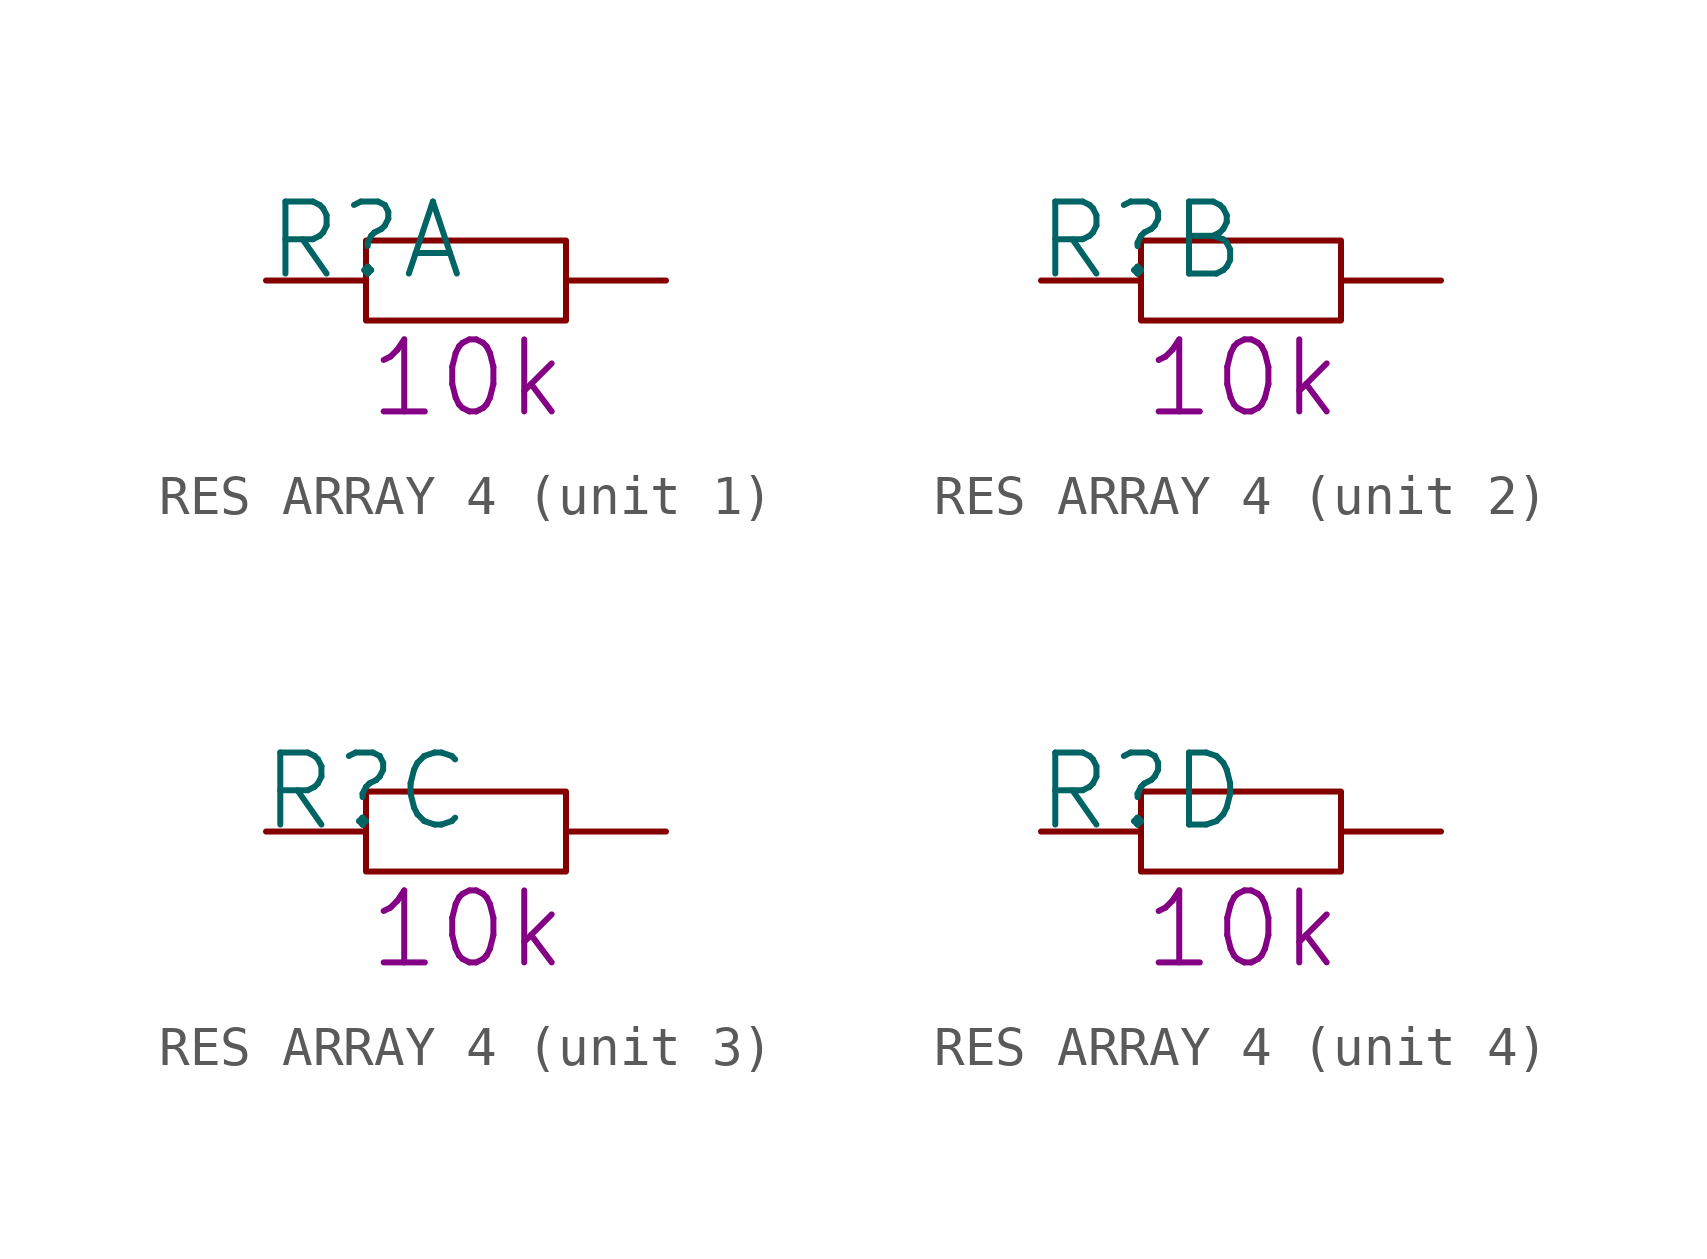
<source format=kicad_sym>
(kicad_symbol_lib
  (version 20241209)
  (generator "kicad_symbol_editor")
  (generator_version "9.0")
  (symbol "RES ARRAY 4"
    (pin_numbers
      (hide yes))
    (pin_names
      (hide yes))
    (property "Reference" "R"
      (at -2.54 1.016 0)
      (effects (font (size 1.829 1.829))))
    (property "Value" "${VALUE}"
      (at 0 -6.096 0)
      (effects (font (size 1.829 1.829)) (justify left bottom) (hide yes)))
    (property "ALTIUM_VALUE" "10k"
      (at -2.54 -3.556 0)
      (effects (font (size 1.829 1.829)) (justify left bottom)))
    (symbol "RES ARRAY 4_1_0"
      (rectangle (start 2.54 1.016) (end -2.54 -1.016) (stroke (width 0) (type solid)) (fill (type none)))
      (pin passive line (at -5.08 0 0) (length 2.54) (name "1" (effects (font (size 1.27 1.27)))) (number "1" (effects (font (size 1.27 1.27)))))
      (pin passive line (at 5.08 0 180) (length 2.54) (name "8" (effects (font (size 1.27 1.27)))) (number "8" (effects (font (size 1.27 1.27))))))
    (symbol "RES ARRAY 4_2_0"
      (rectangle (start 2.54 1.016) (end -2.54 -1.016) (stroke (width 0) (type solid)) (fill (type none)))
      (pin passive line (at -5.08 0 0) (length 2.54) (name "2" (effects (font (size 1.27 1.27)))) (number "2" (effects (font (size 1.27 1.27)))))
      (pin passive line (at 5.08 0 180) (length 2.54) (name "7" (effects (font (size 1.27 1.27)))) (number "7" (effects (font (size 1.27 1.27))))))
    (symbol "RES ARRAY 4_3_0"
      (rectangle (start 2.54 1.016) (end -2.54 -1.016) (stroke (width 0) (type solid)) (fill (type none)))
      (pin passive line (at -5.08 0 0) (length 2.54) (name "3" (effects (font (size 1.27 1.27)))) (number "3" (effects (font (size 1.27 1.27)))))
      (pin passive line (at 5.08 0 180) (length 2.54) (name "6" (effects (font (size 1.27 1.27)))) (number "6" (effects (font (size 1.27 1.27))))))
    (symbol "RES ARRAY 4_4_0"
      (rectangle (start 2.54 1.016) (end -2.54 -1.016) (stroke (width 0) (type solid)) (fill (type none)))
      (pin passive line (at -5.08 0 0) (length 2.54) (name "4" (effects (font (size 1.27 1.27)))) (number "4" (effects (font (size 1.27 1.27)))))
      (pin passive line (at 5.08 0 180) (length 2.54) (name "5" (effects (font (size 1.27 1.27)))) (number "5" (effects (font (size 1.27 1.27))))))))
</source>
